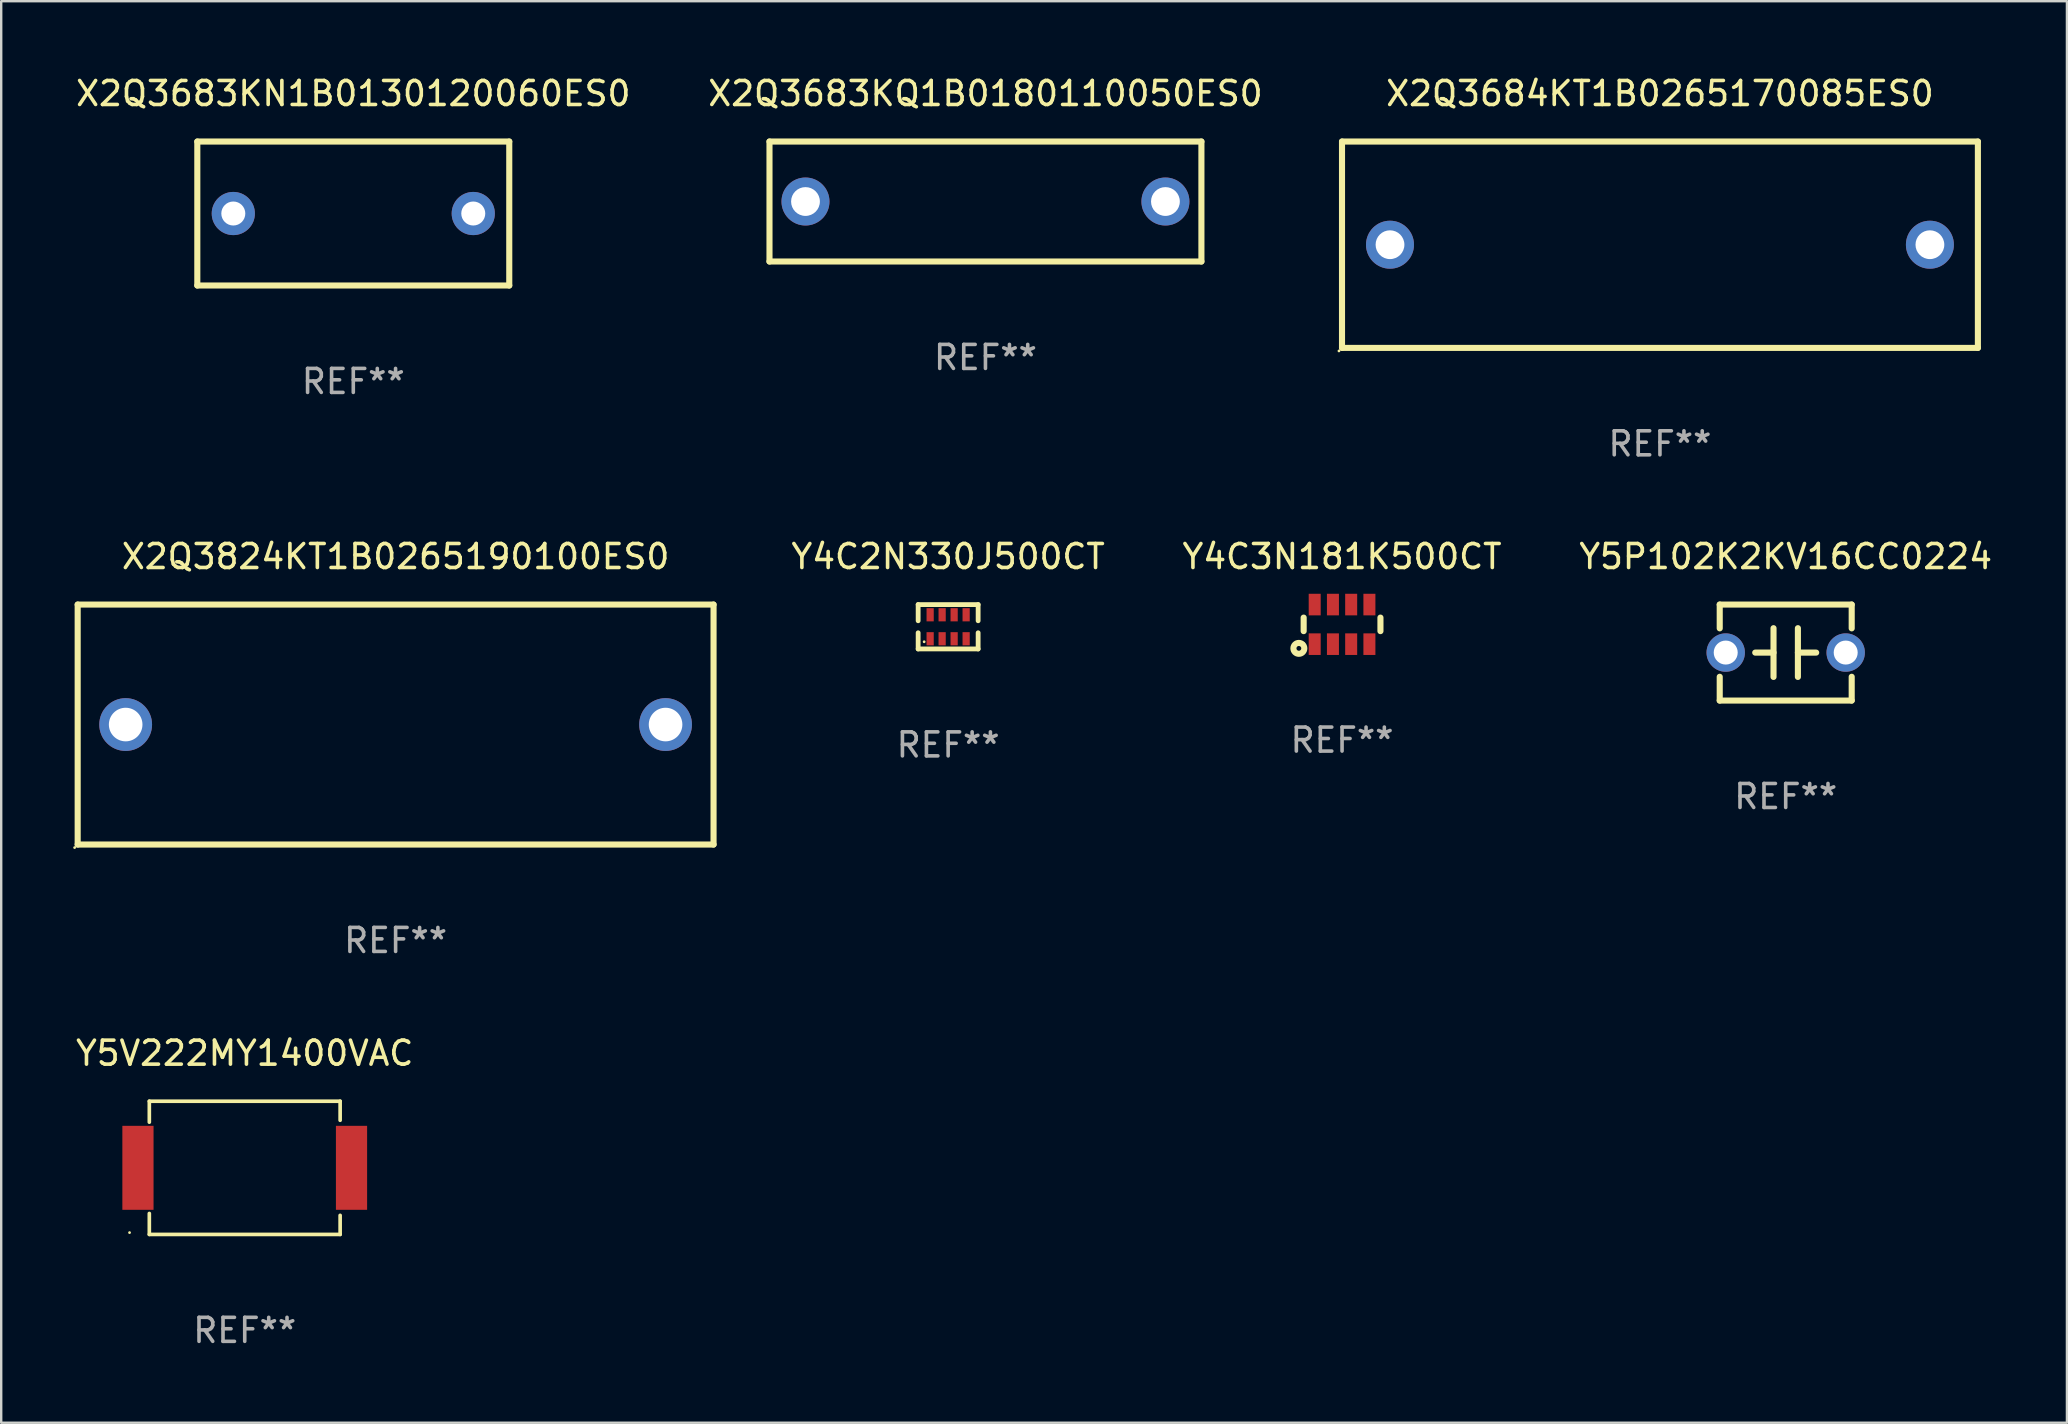
<source format=kicad_pcb>
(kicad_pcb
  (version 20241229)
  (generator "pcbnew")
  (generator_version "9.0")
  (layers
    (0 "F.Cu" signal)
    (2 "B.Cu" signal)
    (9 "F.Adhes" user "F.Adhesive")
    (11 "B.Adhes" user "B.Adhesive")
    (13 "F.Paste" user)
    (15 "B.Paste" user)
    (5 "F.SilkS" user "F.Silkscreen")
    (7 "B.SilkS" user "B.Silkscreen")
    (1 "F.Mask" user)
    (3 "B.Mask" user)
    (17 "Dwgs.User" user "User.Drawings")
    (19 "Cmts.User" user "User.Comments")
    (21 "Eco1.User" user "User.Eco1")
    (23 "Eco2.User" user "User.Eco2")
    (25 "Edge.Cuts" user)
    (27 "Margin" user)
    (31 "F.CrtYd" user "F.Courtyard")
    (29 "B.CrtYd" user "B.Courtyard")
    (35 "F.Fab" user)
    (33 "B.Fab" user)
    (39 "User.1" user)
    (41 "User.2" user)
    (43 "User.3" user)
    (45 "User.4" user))
  (footprint "Y4C2N330J500CT"
    (layer "F.Cu")
    (at 36.463 23.07)
    (property "Reference" "Y4C2N330J500CT" (at 0 -2.925 0) (layer "F.SilkS") (effects (font (size 1 1) (thickness 0.15))))
    (attr through_hole)
    (fp_line (start -1.25 -0.925) (end -1.25 -0.25) (stroke (width 0.2) (type solid)) (layer "F.SilkS"))
    (fp_line (start -1.25 0.925) (end -1.25 0.25) (stroke (width 0.2) (type solid)) (layer "F.SilkS"))
    (fp_line (start 1.25 -0.925) (end -1.25 -0.925) (stroke (width 0.2) (type solid)) (layer "F.SilkS"))
    (fp_line (start 1.25 -0.25) (end 1.25 -0.925) (stroke (width 0.2) (type solid)) (layer "F.SilkS"))
    (fp_line (start 1.25 0.25) (end 1.25 0.925) (stroke (width 0.2) (type solid)) (layer "F.SilkS"))
    (fp_line (start 1.25 0.925) (end -1.25 0.925) (stroke (width 0.2) (type solid)) (layer "F.SilkS"))
    (fp_circle (center -1 0.625) (end -0.97 0.625) (stroke (width 0.06) (type solid)) (fill no) (layer "F.SilkS"))
    (fp_text user "REF**" (at 0 4.925 0) (layer "F.Fab") (effects (font (size 1 1) (thickness 0.15))))
    (pad "1" smd rect (at -0.75 0.5 90) (size 0.55 0.3) (layers "F.Cu" "F.Mask" "F.Paste"))
    (pad "2" smd rect (at -0.25 0.5 90) (size 0.55 0.3) (layers "F.Cu" "F.Mask" "F.Paste"))
    (pad "3" smd rect (at 0.25 0.5 90) (size 0.55 0.3) (layers "F.Cu" "F.Mask" "F.Paste"))
    (pad "4" smd rect (at 0.75 0.5 90) (size 0.55 0.3) (layers "F.Cu" "F.Mask" "F.Paste"))
    (pad "5" smd rect (at 0.75 -0.5 90) (size 0.55 0.3) (layers "F.Cu" "F.Mask" "F.Paste"))
    (pad "6" smd rect (at 0.25 -0.5 90) (size 0.55 0.3) (layers "F.Cu" "F.Mask" "F.Paste"))
    (pad "7" smd rect (at -0.25 -0.5 90) (size 0.55 0.3) (layers "F.Cu" "F.Mask" "F.Paste"))
    (pad "8" smd rect (at -0.75 -0.5 90) (size 0.55 0.3) (layers "F.Cu" "F.Mask" "F.Paste")))
  (footprint "X2Q3824KT1B0265190100ES0"
    (layer "F.Cu")
    (at 13.437 27.145)
    (property "Reference" "X2Q3824KT1B0265190100ES0" (at 0 -7 0) (layer "F.SilkS") (effects (font (size 1 1) (thickness 0.15))))
    (attr through_hole)
    (fp_line (start -13.25 -5) (end 13.25 -5) (stroke (width 0.254) (type solid)) (layer "F.SilkS"))
    (fp_line (start -13.25 5) (end -13.25 -5) (stroke (width 0.254) (type solid)) (layer "F.SilkS"))
    (fp_line (start 13.25 -5) (end 13.25 5) (stroke (width 0.254) (type solid)) (layer "F.SilkS"))
    (fp_line (start 13.25 5) (end -13.25 5) (stroke (width 0.254) (type solid)) (layer "F.SilkS"))
    (fp_circle (center -13.377 5.127) (end -13.347 5.127) (stroke (width 0.06) (type solid)) (fill no) (layer "F.SilkS"))
    (fp_text user "REF**" (at 0 9 0) (layer "F.Fab") (effects (font (size 1 1) (thickness 0.15))))
    (pad "1" thru_hole circle (at -11.25 0) (size 2.2 2.2) (drill 1.4) (layers "*.Cu" "*.Mask"))
    (pad "2" thru_hole circle (at 11.25 0) (size 2.2 2.2) (drill 1.4) (layers "*.Cu" "*.Mask")))
  (footprint "Y5V222MY1400VAC"
    (layer "F.Cu")
    (at 7.149 45.618)
    (property "Reference" "Y5V222MY1400VAC" (at 0 -4.776 0) (layer "F.SilkS") (effects (font (size 1 1) (thickness 0.15))))
    (attr through_hole)
    (fp_line (start -3.976 -2.776) (end 3.976 -2.776) (stroke (width 0.152) (type solid)) (layer "F.SilkS"))
    (fp_line (start -3.976 -1.902) (end -3.976 -2.776) (stroke (width 0.152) (type solid)) (layer "F.SilkS"))
    (fp_line (start -3.976 1.902) (end -3.976 2.776) (stroke (width 0.152) (type solid)) (layer "F.SilkS"))
    (fp_line (start -3.976 2.776) (end 3.976 2.776) (stroke (width 0.152) (type solid)) (layer "F.SilkS"))
    (fp_line (start 3.976 -2.776) (end 3.976 -1.981) (stroke (width 0.152) (type solid)) (layer "F.SilkS"))
    (fp_line (start 3.976 1.981) (end 3.976 2.776) (stroke (width 0.152) (type solid)) (layer "F.SilkS"))
    (fp_circle (center -4.8 2.7) (end -4.77 2.7) (stroke (width 0.06) (type solid)) (fill no) (layer "F.SilkS"))
    (fp_text user "REF**" (at 0 6.776 0) (layer "F.Fab") (effects (font (size 1 1) (thickness 0.15))))
    (pad "1" smd rect (at -4.45 0) (size 1.3 3.5) (layers "F.Cu" "F.Mask" "F.Paste"))
    (pad "2" smd rect (at 4.45 0) (size 1.3 3.5) (layers "F.Cu" "F.Mask" "F.Paste")))
  (footprint "X2Q3683KN1B0130120060ES0"
    (layer "F.Cu")
    (at 11.673 5.848)
    (property "Reference" "X2Q3683KN1B0130120060ES0" (at 0 -5 0) (layer "F.SilkS") (effects (font (size 1 1) (thickness 0.15))))
    (attr through_hole)
    (fp_line (start -6.5 -3) (end 6.5 -3) (stroke (width 0.254) (type solid)) (layer "F.SilkS"))
    (fp_line (start -6.5 3) (end -6.5 -3) (stroke (width 0.254) (type solid)) (layer "F.SilkS"))
    (fp_line (start 6.5 -3) (end 6.5 3) (stroke (width 0.254) (type solid)) (layer "F.SilkS"))
    (fp_line (start 6.5 3) (end -6.5 3) (stroke (width 0.254) (type solid)) (layer "F.SilkS"))
    (fp_circle (center -6.5 3) (end -6.47 3) (stroke (width 0.06) (type solid)) (fill no) (layer "F.SilkS"))
    (fp_text user "REF**" (at 0 7 0) (layer "F.Fab") (effects (font (size 1 1) (thickness 0.15))))
    (pad "1" thru_hole circle (at -5 0) (size 1.8 1.8) (drill 1) (layers "*.Cu" "*.Mask"))
    (pad "2" thru_hole circle (at 5 0) (size 1.8 1.8) (drill 1) (layers "*.Cu" "*.Mask")))
  (footprint "Y5P102K2KV16CC0224"
    (layer "F.Cu")
    (at 71.368 24.145)
    (property "Reference" "Y5P102K2KV16CC0224" (at 0 -4 0) (layer "F.SilkS") (effects (font (size 1 1) (thickness 0.15))))
    (attr through_hole)
    (fp_line (start -2.75 -2) (end -2.75 -1.009) (stroke (width 0.254) (type solid)) (layer "F.SilkS"))
    (fp_line (start -2.75 -2) (end 2.75 -2) (stroke (width 0.254) (type solid)) (layer "F.SilkS"))
    (fp_line (start -2.75 1.009) (end -2.75 2) (stroke (width 0.254) (type solid)) (layer "F.SilkS"))
    (fp_line (start -0.508 -1.016) (end -0.508 1.016) (stroke (width 0.254) (type solid)) (layer "F.SilkS"))
    (fp_line (start -0.508 0.002) (end -1.27 0.002) (stroke (width 0.254) (type solid)) (layer "F.SilkS"))
    (fp_line (start 0.508 0.002) (end 1.27 0.002) (stroke (width 0.254) (type solid)) (layer "F.SilkS"))
    (fp_line (start 0.508 1.016) (end 0.508 -1.016) (stroke (width 0.254) (type solid)) (layer "F.SilkS"))
    (fp_line (start 2.75 2) (end -2.75 2) (stroke (width 0.254) (type solid)) (layer "F.SilkS"))
    (fp_line (start 2.75 -2) (end 2.75 -1.009) (stroke (width 0.254) (type solid)) (layer "F.SilkS"))
    (fp_line (start 2.75 1.009) (end 2.75 2) (stroke (width 0.254) (type solid)) (layer "F.SilkS"))
    (fp_circle (center -2.75 2) (end -2.72 2) (stroke (width 0.06) (type solid)) (fill no) (layer "F.SilkS"))
    (fp_text user "REF**" (at 0 6 0) (layer "F.Fab") (effects (font (size 1 1) (thickness 0.15))))
    (pad "1" thru_hole circle (at -2.5 0) (size 1.6 1.6) (drill 1) (layers "*.Cu" "*.Mask"))
    (pad "2" thru_hole circle (at 2.5 0) (size 1.6 1.6) (drill 1) (layers "*.Cu" "*.Mask")))
  (footprint "X2Q3683KQ1B0180110050ES0"
    (layer "F.Cu")
    (at 38.018 5.348)
    (property "Reference" "X2Q3683KQ1B0180110050ES0" (at 0 -4.5 0) (layer "F.SilkS") (effects (font (size 1 1) (thickness 0.15))))
    (attr through_hole)
    (fp_line (start -9 -2.5) (end 9 -2.5) (stroke (width 0.254) (type solid)) (layer "F.SilkS"))
    (fp_line (start -9 2.5) (end -9 -2.5) (stroke (width 0.254) (type solid)) (layer "F.SilkS"))
    (fp_line (start 9 -2.5) (end 9 2.5) (stroke (width 0.254) (type solid)) (layer "F.SilkS"))
    (fp_line (start 9 2.5) (end -9 2.5) (stroke (width 0.254) (type solid)) (layer "F.SilkS"))
    (fp_circle (center -9 2.5) (end -8.97 2.5) (stroke (width 0.06) (type solid)) (fill no) (layer "F.SilkS"))
    (fp_text user "REF**" (at 0 6.5 0) (layer "F.Fab") (effects (font (size 1 1) (thickness 0.15))))
    (pad "1" thru_hole circle (at -7.5 -0.000127) (size 2 2) (drill 1.2) (layers "*.Cu" "*.Mask"))
    (pad "2" thru_hole circle (at 7.5 -0.000127) (size 2 2) (drill 1.2) (layers "*.Cu" "*.Mask")))
  (footprint "X2Q3684KT1B0265170085ES0"
    (layer "F.Cu")
    (at 66.127 7.148)
    (property "Reference" "X2Q3684KT1B0265170085ES0" (at 0 -6.3 0) (layer "F.SilkS") (effects (font (size 1 1) (thickness 0.15))))
    (attr through_hole)
    (fp_line (start -13.25 -4.3) (end -13.25 4.3) (stroke (width 0.254) (type solid)) (layer "F.SilkS"))
    (fp_line (start -13.25 -4.3) (end 13.25 -4.3) (stroke (width 0.254) (type solid)) (layer "F.SilkS"))
    (fp_line (start -13.25 4.3) (end 13.25 4.3) (stroke (width 0.254) (type solid)) (layer "F.SilkS"))
    (fp_line (start 13.25 -4.3) (end 13.25 4.3) (stroke (width 0.254) (type solid)) (layer "F.SilkS"))
    (fp_circle (center -13.377 4.427) (end -13.347 4.427) (stroke (width 0.06) (type solid)) (fill no) (layer "F.SilkS"))
    (fp_text user "REF**" (at 0 8.3 0) (layer "F.Fab") (effects (font (size 1 1) (thickness 0.15))))
    (pad "1" thru_hole circle (at -11.25 0.000013) (size 2 2) (drill 1.2) (layers "*.Cu" "*.Mask"))
    (pad "2" thru_hole circle (at 11.25 0.000013) (size 2 2) (drill 1.2) (layers "*.Cu" "*.Mask")))
  (footprint "Y4C3N181K500CT"
    (layer "F.Cu")
    (at 52.879 22.97)
    (property "Reference" "Y4C3N181K500CT" (at 0 -2.825 0) (layer "F.SilkS") (effects (font (size 1 1) (thickness 0.15))))
    (attr through_hole)
    (fp_line (start -1.6 -0.282) (end -1.6 0.282) (stroke (width 0.254) (type solid)) (layer "F.SilkS"))
    (fp_line (start 1.6 -0.282) (end 1.6 0.282) (stroke (width 0.254) (type solid)) (layer "F.SilkS"))
    (fp_circle (center -1.8 1) (end -1.7 1) (stroke (width 0.254) (type solid)) (fill no) (layer "F.SilkS"))
    (fp_circle (center -1.6 0.8) (end -1.57 0.8) (stroke (width 0.06) (type solid)) (fill no) (layer "F.SilkS"))
    (fp_text user "REF**" (at 0 4.825 0) (layer "F.Fab") (effects (font (size 1 1) (thickness 0.15))))
    (pad "1" smd rect (at -1.14 0.825 90) (size 0.9 0.5) (layers "F.Cu" "F.Mask" "F.Paste"))
    (pad "2" smd rect (at -0.38 0.825 90) (size 0.9 0.5) (layers "F.Cu" "F.Mask" "F.Paste"))
    (pad "3" smd rect (at 0.38 0.825 90) (size 0.9 0.5) (layers "F.Cu" "F.Mask" "F.Paste"))
    (pad "4" smd rect (at 1.14 0.825 90) (size 0.9 0.5) (layers "F.Cu" "F.Mask" "F.Paste"))
    (pad "5" smd rect (at 1.14 -0.825 90) (size 0.9 0.5) (layers "F.Cu" "F.Mask" "F.Paste"))
    (pad "6" smd rect (at 0.38 -0.825 90) (size 0.9 0.5) (layers "F.Cu" "F.Mask" "F.Paste"))
    (pad "7" smd rect (at -0.38 -0.825 90) (size 0.9 0.5) (layers "F.Cu" "F.Mask" "F.Paste"))
    (pad "8" smd rect (at -1.14 -0.825 90) (size 0.9 0.5) (layers "F.Cu" "F.Mask" "F.Paste")))
  (gr_rect
    (start -3 -3)
    (end 83.088 56.242)
    (stroke (width 0.1) (type default))
    (fill no)
    (layer "Edge.Cuts")))
</source>
